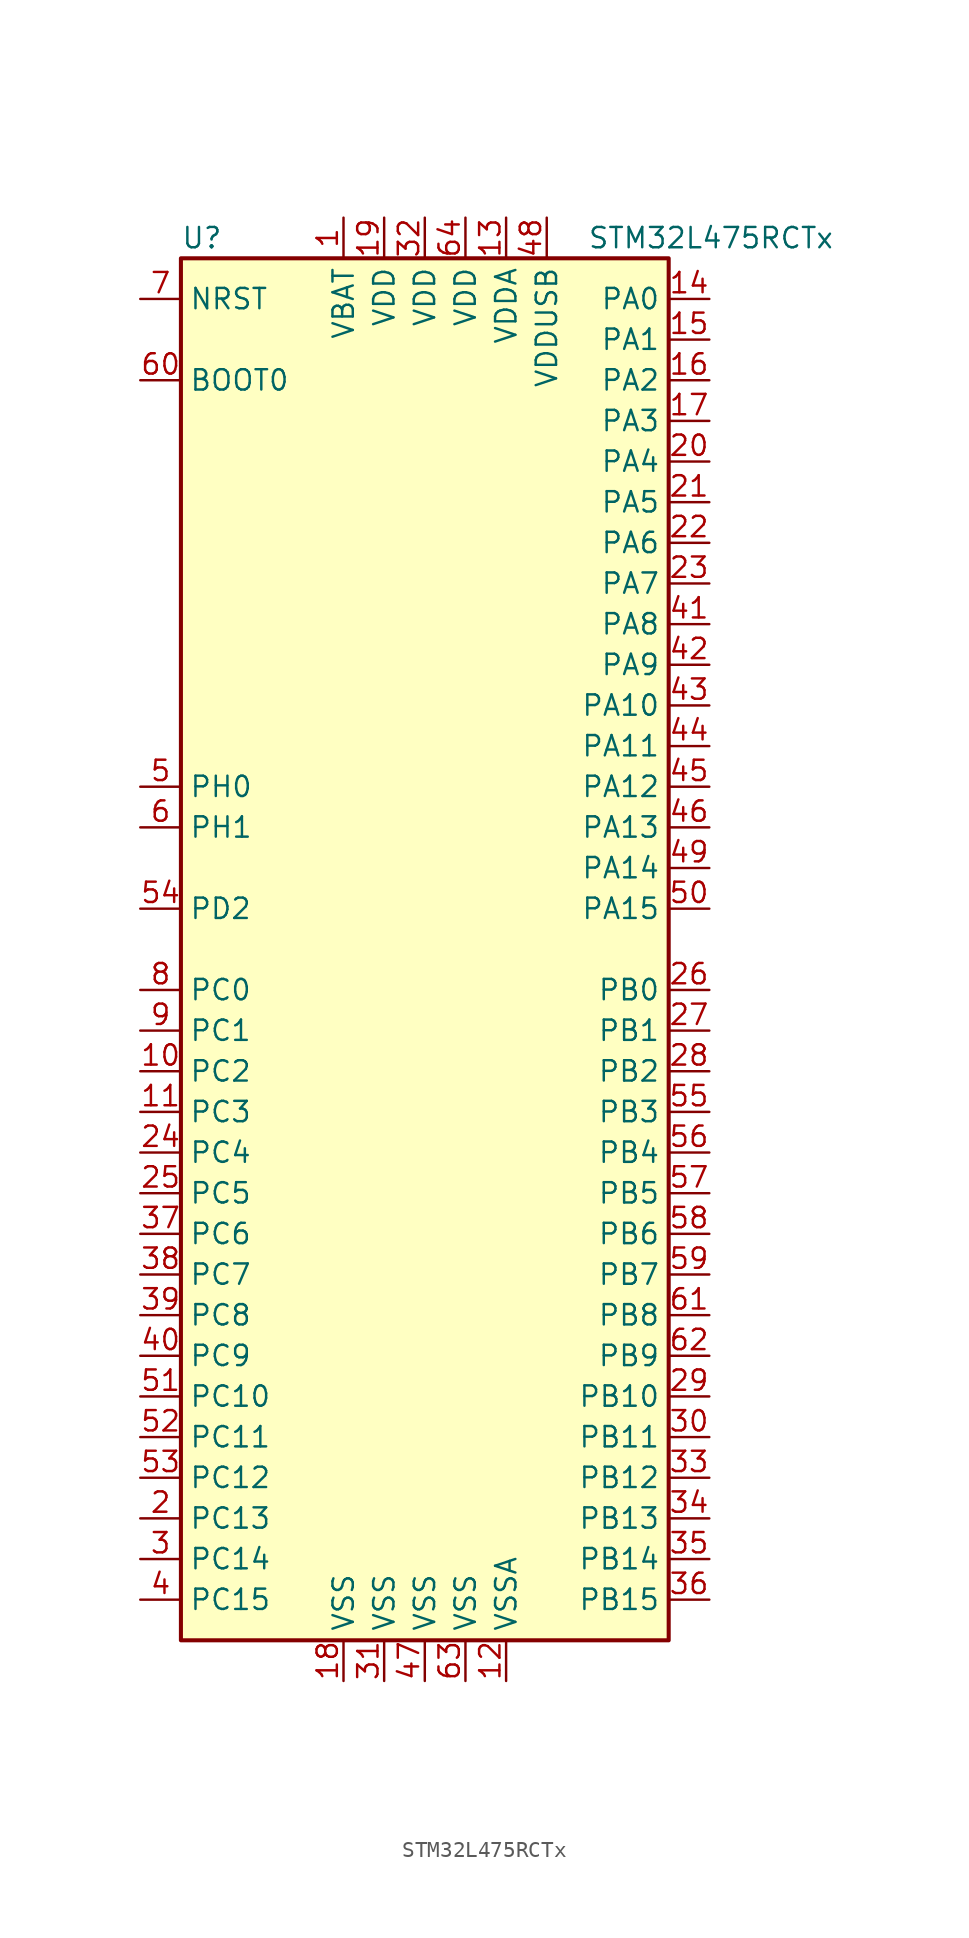
<source format=kicad_sym>
(kicad_symbol_lib
  (version 20201005)
  (generator kicad_symbol_editor)
  (symbol "MCU_ST_STM32L4:STM32L475RCTx"
    (property "Reference" "U"
      (at -15.24 44.45 0)
      (effects (font (size 1.27 1.27)) (justify left)))
    (property "Value" "STM32L475RCTx"
      (at 10.16 44.45 0)
      (effects (font (size 1.27 1.27)) (justify left)))
    (symbol "STM32L475RCTx_0_1"
      (rectangle (start -15.24 -43.18) (end 15.24 43.18) (stroke (width 0.254)) (fill (type background))))
    (symbol "STM32L475RCTx_1_1"
      (pin power_in line (at -5.08 45.72 270) (length 2.54) (name "VBAT" (effects (font (size 1.27 1.27)))) (number "1" (effects (font (size 1.27 1.27)))))
      (pin bidirectional line (at -17.78 -7.62 0) (length 2.54) (name "PC2" (effects (font (size 1.27 1.27)))) (number "10" (effects (font (size 1.27 1.27)))))
      (pin bidirectional line (at -17.78 -10.16 0) (length 2.54) (name "PC3" (effects (font (size 1.27 1.27)))) (number "11" (effects (font (size 1.27 1.27)))))
      (pin power_in line (at 5.08 -45.72 90) (length 2.54) (name "VSSA" (effects (font (size 1.27 1.27)))) (number "12" (effects (font (size 1.27 1.27)))))
      (pin power_in line (at 5.08 45.72 270) (length 2.54) (name "VDDA" (effects (font (size 1.27 1.27)))) (number "13" (effects (font (size 1.27 1.27)))))
      (pin bidirectional line (at 17.78 40.64 180) (length 2.54) (name "PA0" (effects (font (size 1.27 1.27)))) (number "14" (effects (font (size 1.27 1.27)))))
      (pin bidirectional line (at 17.78 38.1 180) (length 2.54) (name "PA1" (effects (font (size 1.27 1.27)))) (number "15" (effects (font (size 1.27 1.27)))))
      (pin bidirectional line (at 17.78 35.56 180) (length 2.54) (name "PA2" (effects (font (size 1.27 1.27)))) (number "16" (effects (font (size 1.27 1.27)))))
      (pin bidirectional line (at 17.78 33.02 180) (length 2.54) (name "PA3" (effects (font (size 1.27 1.27)))) (number "17" (effects (font (size 1.27 1.27)))))
      (pin power_in line (at -5.08 -45.72 90) (length 2.54) (name "VSS" (effects (font (size 1.27 1.27)))) (number "18" (effects (font (size 1.27 1.27)))))
      (pin power_in line (at -2.54 45.72 270) (length 2.54) (name "VDD" (effects (font (size 1.27 1.27)))) (number "19" (effects (font (size 1.27 1.27)))))
      (pin bidirectional line (at -17.78 -35.56 0) (length 2.54) (name "PC13" (effects (font (size 1.27 1.27)))) (number "2" (effects (font (size 1.27 1.27)))))
      (pin bidirectional line (at 17.78 30.48 180) (length 2.54) (name "PA4" (effects (font (size 1.27 1.27)))) (number "20" (effects (font (size 1.27 1.27)))))
      (pin bidirectional line (at 17.78 27.94 180) (length 2.54) (name "PA5" (effects (font (size 1.27 1.27)))) (number "21" (effects (font (size 1.27 1.27)))))
      (pin bidirectional line (at 17.78 25.4 180) (length 2.54) (name "PA6" (effects (font (size 1.27 1.27)))) (number "22" (effects (font (size 1.27 1.27)))))
      (pin bidirectional line (at 17.78 22.86 180) (length 2.54) (name "PA7" (effects (font (size 1.27 1.27)))) (number "23" (effects (font (size 1.27 1.27)))))
      (pin bidirectional line (at -17.78 -12.7 0) (length 2.54) (name "PC4" (effects (font (size 1.27 1.27)))) (number "24" (effects (font (size 1.27 1.27)))))
      (pin bidirectional line (at -17.78 -15.24 0) (length 2.54) (name "PC5" (effects (font (size 1.27 1.27)))) (number "25" (effects (font (size 1.27 1.27)))))
      (pin bidirectional line (at 17.78 -2.54 180) (length 2.54) (name "PB0" (effects (font (size 1.27 1.27)))) (number "26" (effects (font (size 1.27 1.27)))))
      (pin bidirectional line (at 17.78 -5.08 180) (length 2.54) (name "PB1" (effects (font (size 1.27 1.27)))) (number "27" (effects (font (size 1.27 1.27)))))
      (pin bidirectional line (at 17.78 -7.62 180) (length 2.54) (name "PB2" (effects (font (size 1.27 1.27)))) (number "28" (effects (font (size 1.27 1.27)))))
      (pin bidirectional line (at 17.78 -27.94 180) (length 2.54) (name "PB10" (effects (font (size 1.27 1.27)))) (number "29" (effects (font (size 1.27 1.27)))))
      (pin bidirectional line (at -17.78 -38.1 0) (length 2.54) (name "PC14" (effects (font (size 1.27 1.27)))) (number "3" (effects (font (size 1.27 1.27)))))
      (pin bidirectional line (at 17.78 -30.48 180) (length 2.54) (name "PB11" (effects (font (size 1.27 1.27)))) (number "30" (effects (font (size 1.27 1.27)))))
      (pin power_in line (at -2.54 -45.72 90) (length 2.54) (name "VSS" (effects (font (size 1.27 1.27)))) (number "31" (effects (font (size 1.27 1.27)))))
      (pin power_in line (at 0 45.72 270) (length 2.54) (name "VDD" (effects (font (size 1.27 1.27)))) (number "32" (effects (font (size 1.27 1.27)))))
      (pin bidirectional line (at 17.78 -33.02 180) (length 2.54) (name "PB12" (effects (font (size 1.27 1.27)))) (number "33" (effects (font (size 1.27 1.27)))))
      (pin bidirectional line (at 17.78 -35.56 180) (length 2.54) (name "PB13" (effects (font (size 1.27 1.27)))) (number "34" (effects (font (size 1.27 1.27)))))
      (pin bidirectional line (at 17.78 -38.1 180) (length 2.54) (name "PB14" (effects (font (size 1.27 1.27)))) (number "35" (effects (font (size 1.27 1.27)))))
      (pin bidirectional line (at 17.78 -40.64 180) (length 2.54) (name "PB15" (effects (font (size 1.27 1.27)))) (number "36" (effects (font (size 1.27 1.27)))))
      (pin bidirectional line (at -17.78 -17.78 0) (length 2.54) (name "PC6" (effects (font (size 1.27 1.27)))) (number "37" (effects (font (size 1.27 1.27)))))
      (pin bidirectional line (at -17.78 -20.32 0) (length 2.54) (name "PC7" (effects (font (size 1.27 1.27)))) (number "38" (effects (font (size 1.27 1.27)))))
      (pin bidirectional line (at -17.78 -22.86 0) (length 2.54) (name "PC8" (effects (font (size 1.27 1.27)))) (number "39" (effects (font (size 1.27 1.27)))))
      (pin bidirectional line (at -17.78 -40.64 0) (length 2.54) (name "PC15" (effects (font (size 1.27 1.27)))) (number "4" (effects (font (size 1.27 1.27)))))
      (pin bidirectional line (at -17.78 -25.4 0) (length 2.54) (name "PC9" (effects (font (size 1.27 1.27)))) (number "40" (effects (font (size 1.27 1.27)))))
      (pin bidirectional line (at 17.78 20.32 180) (length 2.54) (name "PA8" (effects (font (size 1.27 1.27)))) (number "41" (effects (font (size 1.27 1.27)))))
      (pin bidirectional line (at 17.78 17.78 180) (length 2.54) (name "PA9" (effects (font (size 1.27 1.27)))) (number "42" (effects (font (size 1.27 1.27)))))
      (pin bidirectional line (at 17.78 15.24 180) (length 2.54) (name "PA10" (effects (font (size 1.27 1.27)))) (number "43" (effects (font (size 1.27 1.27)))))
      (pin bidirectional line (at 17.78 12.7 180) (length 2.54) (name "PA11" (effects (font (size 1.27 1.27)))) (number "44" (effects (font (size 1.27 1.27)))))
      (pin bidirectional line (at 17.78 10.16 180) (length 2.54) (name "PA12" (effects (font (size 1.27 1.27)))) (number "45" (effects (font (size 1.27 1.27)))))
      (pin bidirectional line (at 17.78 7.62 180) (length 2.54) (name "PA13" (effects (font (size 1.27 1.27)))) (number "46" (effects (font (size 1.27 1.27)))))
      (pin power_in line (at 0 -45.72 90) (length 2.54) (name "VSS" (effects (font (size 1.27 1.27)))) (number "47" (effects (font (size 1.27 1.27)))))
      (pin power_in line (at 7.62 45.72 270) (length 2.54) (name "VDDUSB" (effects (font (size 1.27 1.27)))) (number "48" (effects (font (size 1.27 1.27)))))
      (pin bidirectional line (at 17.78 5.08 180) (length 2.54) (name "PA14" (effects (font (size 1.27 1.27)))) (number "49" (effects (font (size 1.27 1.27)))))
      (pin input line (at -17.78 10.16 0) (length 2.54) (name "PH0" (effects (font (size 1.27 1.27)))) (number "5" (effects (font (size 1.27 1.27)))))
      (pin bidirectional line (at 17.78 2.54 180) (length 2.54) (name "PA15" (effects (font (size 1.27 1.27)))) (number "50" (effects (font (size 1.27 1.27)))))
      (pin bidirectional line (at -17.78 -27.94 0) (length 2.54) (name "PC10" (effects (font (size 1.27 1.27)))) (number "51" (effects (font (size 1.27 1.27)))))
      (pin bidirectional line (at -17.78 -30.48 0) (length 2.54) (name "PC11" (effects (font (size 1.27 1.27)))) (number "52" (effects (font (size 1.27 1.27)))))
      (pin bidirectional line (at -17.78 -33.02 0) (length 2.54) (name "PC12" (effects (font (size 1.27 1.27)))) (number "53" (effects (font (size 1.27 1.27)))))
      (pin bidirectional line (at -17.78 2.54 0) (length 2.54) (name "PD2" (effects (font (size 1.27 1.27)))) (number "54" (effects (font (size 1.27 1.27)))))
      (pin bidirectional line (at 17.78 -10.16 180) (length 2.54) (name "PB3" (effects (font (size 1.27 1.27)))) (number "55" (effects (font (size 1.27 1.27)))))
      (pin bidirectional line (at 17.78 -12.7 180) (length 2.54) (name "PB4" (effects (font (size 1.27 1.27)))) (number "56" (effects (font (size 1.27 1.27)))))
      (pin bidirectional line (at 17.78 -15.24 180) (length 2.54) (name "PB5" (effects (font (size 1.27 1.27)))) (number "57" (effects (font (size 1.27 1.27)))))
      (pin bidirectional line (at 17.78 -17.78 180) (length 2.54) (name "PB6" (effects (font (size 1.27 1.27)))) (number "58" (effects (font (size 1.27 1.27)))))
      (pin bidirectional line (at 17.78 -20.32 180) (length 2.54) (name "PB7" (effects (font (size 1.27 1.27)))) (number "59" (effects (font (size 1.27 1.27)))))
      (pin input line (at -17.78 7.62 0) (length 2.54) (name "PH1" (effects (font (size 1.27 1.27)))) (number "6" (effects (font (size 1.27 1.27)))))
      (pin input line (at -17.78 35.56 0) (length 2.54) (name "BOOT0" (effects (font (size 1.27 1.27)))) (number "60" (effects (font (size 1.27 1.27)))))
      (pin bidirectional line (at 17.78 -22.86 180) (length 2.54) (name "PB8" (effects (font (size 1.27 1.27)))) (number "61" (effects (font (size 1.27 1.27)))))
      (pin bidirectional line (at 17.78 -25.4 180) (length 2.54) (name "PB9" (effects (font (size 1.27 1.27)))) (number "62" (effects (font (size 1.27 1.27)))))
      (pin power_in line (at 2.54 -45.72 90) (length 2.54) (name "VSS" (effects (font (size 1.27 1.27)))) (number "63" (effects (font (size 1.27 1.27)))))
      (pin power_in line (at 2.54 45.72 270) (length 2.54) (name "VDD" (effects (font (size 1.27 1.27)))) (number "64" (effects (font (size 1.27 1.27)))))
      (pin input line (at -17.78 40.64 0) (length 2.54) (name "NRST" (effects (font (size 1.27 1.27)))) (number "7" (effects (font (size 1.27 1.27)))))
      (pin bidirectional line (at -17.78 -2.54 0) (length 2.54) (name "PC0" (effects (font (size 1.27 1.27)))) (number "8" (effects (font (size 1.27 1.27)))))
      (pin bidirectional line (at -17.78 -5.08 0) (length 2.54) (name "PC1" (effects (font (size 1.27 1.27)))) (number "9" (effects (font (size 1.27 1.27))))))))
</source>
